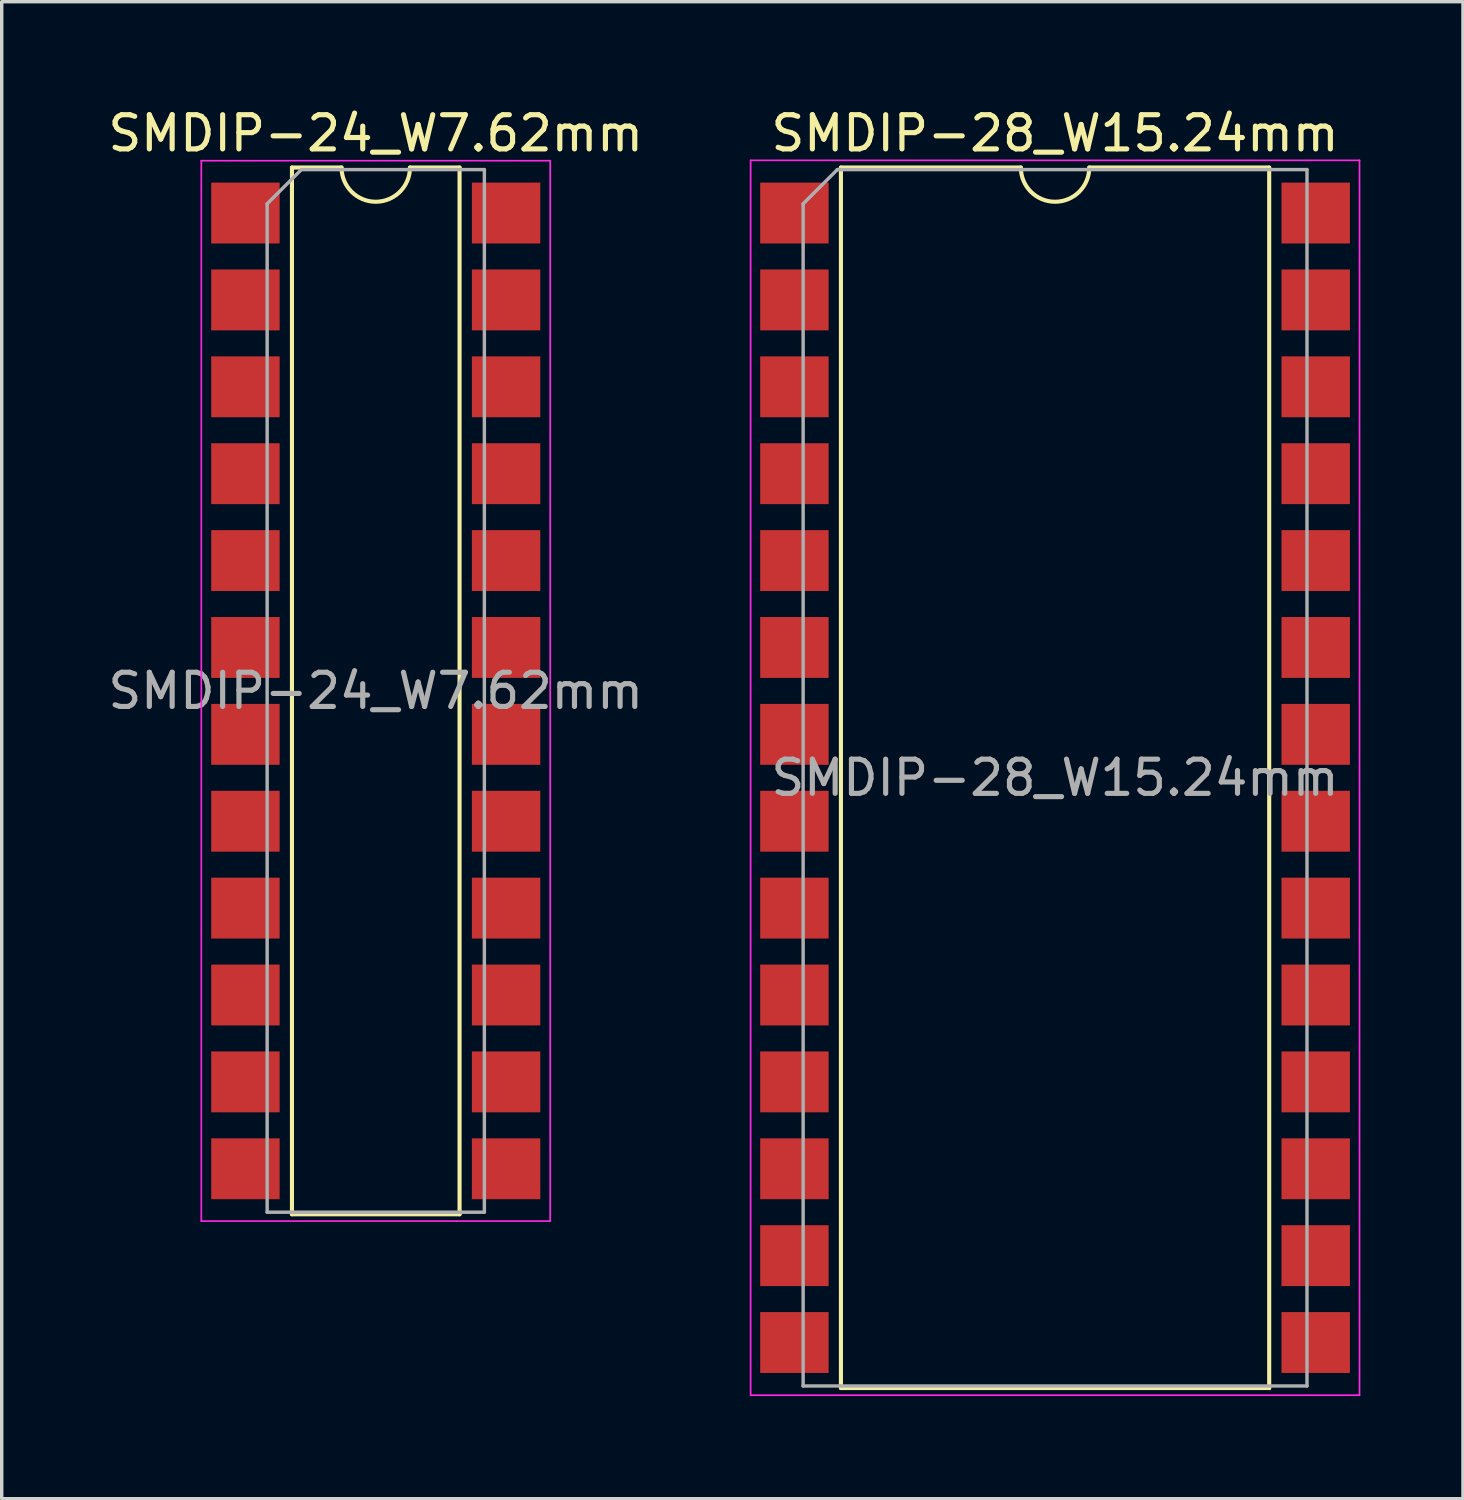
<source format=kicad_pcb>
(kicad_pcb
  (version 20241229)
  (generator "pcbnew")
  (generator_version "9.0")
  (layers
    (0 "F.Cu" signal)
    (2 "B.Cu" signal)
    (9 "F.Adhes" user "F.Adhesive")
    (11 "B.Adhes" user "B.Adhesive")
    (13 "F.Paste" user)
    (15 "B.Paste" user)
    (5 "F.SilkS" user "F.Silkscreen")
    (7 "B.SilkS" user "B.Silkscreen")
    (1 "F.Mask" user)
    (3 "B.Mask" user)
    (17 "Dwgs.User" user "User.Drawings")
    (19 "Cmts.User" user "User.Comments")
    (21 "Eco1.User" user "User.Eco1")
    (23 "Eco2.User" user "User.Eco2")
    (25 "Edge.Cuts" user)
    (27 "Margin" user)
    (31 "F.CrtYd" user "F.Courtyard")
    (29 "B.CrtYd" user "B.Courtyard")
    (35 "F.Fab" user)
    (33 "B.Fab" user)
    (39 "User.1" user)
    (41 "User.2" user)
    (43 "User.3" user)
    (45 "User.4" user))
  (footprint "SMDIP-28_W15.24mm"
    (layer "F.Cu")
    (at 27.794 19.688)
    (property "Reference" "SMDIP-28_W15.24mm" (at 0 -18.84 0) (layer "F.SilkS") (effects (font (size 1 1) (thickness 0.15))))
    (attr smd)
    (fp_line (start -6.26 -17.84) (end -6.26 17.84) (stroke (width 0.12) (type solid)) (layer "F.SilkS"))
    (fp_line (start -6.26 17.84) (end 6.26 17.84) (stroke (width 0.12) (type solid)) (layer "F.SilkS"))
    (fp_line (start -1 -17.84) (end -6.26 -17.84) (stroke (width 0.12) (type solid)) (layer "F.SilkS"))
    (fp_line (start 6.26 -17.84) (end 1 -17.84) (stroke (width 0.12) (type solid)) (layer "F.SilkS"))
    (fp_line (start 6.26 17.84) (end 6.26 -17.84) (stroke (width 0.12) (type solid)) (layer "F.SilkS"))
    (fp_arc (start 1 -17.84) (mid 0 -16.84) (end -1 -17.84) (stroke (width 0.12) (type solid)) (layer "F.SilkS"))
    (fp_line (start -8.9 -18.05) (end -8.9 18.05) (stroke (width 0.05) (type solid)) (layer "F.CrtYd"))
    (fp_line (start -8.9 18.05) (end 8.9 18.05) (stroke (width 0.05) (type solid)) (layer "F.CrtYd"))
    (fp_line (start 8.9 -18.05) (end -8.9 -18.05) (stroke (width 0.05) (type solid)) (layer "F.CrtYd"))
    (fp_line (start 8.9 18.05) (end 8.9 -18.05) (stroke (width 0.05) (type solid)) (layer "F.CrtYd"))
    (fp_line (start -7.365 -16.78) (end -6.365 -17.78) (stroke (width 0.1) (type solid)) (layer "F.Fab"))
    (fp_line (start -7.365 17.78) (end -7.365 -16.78) (stroke (width 0.1) (type solid)) (layer "F.Fab"))
    (fp_line (start -6.365 -17.78) (end 7.365 -17.78) (stroke (width 0.1) (type solid)) (layer "F.Fab"))
    (fp_line (start 7.365 -17.78) (end 7.365 17.78) (stroke (width 0.1) (type solid)) (layer "F.Fab"))
    (fp_line (start 7.365 17.78) (end -7.365 17.78) (stroke (width 0.1) (type solid)) (layer "F.Fab"))
    (fp_text user "${REFERENCE}" (at 0 0 0) (layer "F.Fab") (effects (font (size 1 1) (thickness 0.15))))
    (pad "1" smd rect (at -7.62 -16.51) (size 2 1.78) (layers "F.Cu" "F.Mask" "F.Paste"))
    (pad "2" smd rect (at -7.62 -13.97) (size 2 1.78) (layers "F.Cu" "F.Mask" "F.Paste"))
    (pad "3" smd rect (at -7.62 -11.43) (size 2 1.78) (layers "F.Cu" "F.Mask" "F.Paste"))
    (pad "4" smd rect (at -7.62 -8.89) (size 2 1.78) (layers "F.Cu" "F.Mask" "F.Paste"))
    (pad "5" smd rect (at -7.62 -6.35) (size 2 1.78) (layers "F.Cu" "F.Mask" "F.Paste"))
    (pad "6" smd rect (at -7.62 -3.81) (size 2 1.78) (layers "F.Cu" "F.Mask" "F.Paste"))
    (pad "7" smd rect (at -7.62 -1.27) (size 2 1.78) (layers "F.Cu" "F.Mask" "F.Paste"))
    (pad "8" smd rect (at -7.62 1.27) (size 2 1.78) (layers "F.Cu" "F.Mask" "F.Paste"))
    (pad "9" smd rect (at -7.62 3.81) (size 2 1.78) (layers "F.Cu" "F.Mask" "F.Paste"))
    (pad "10" smd rect (at -7.62 6.35) (size 2 1.78) (layers "F.Cu" "F.Mask" "F.Paste"))
    (pad "11" smd rect (at -7.62 8.89) (size 2 1.78) (layers "F.Cu" "F.Mask" "F.Paste"))
    (pad "12" smd rect (at -7.62 11.43) (size 2 1.78) (layers "F.Cu" "F.Mask" "F.Paste"))
    (pad "13" smd rect (at -7.62 13.97) (size 2 1.78) (layers "F.Cu" "F.Mask" "F.Paste"))
    (pad "14" smd rect (at -7.62 16.51) (size 2 1.78) (layers "F.Cu" "F.Mask" "F.Paste"))
    (pad "15" smd rect (at 7.62 16.51) (size 2 1.78) (layers "F.Cu" "F.Mask" "F.Paste"))
    (pad "16" smd rect (at 7.62 13.97) (size 2 1.78) (layers "F.Cu" "F.Mask" "F.Paste"))
    (pad "17" smd rect (at 7.62 11.43) (size 2 1.78) (layers "F.Cu" "F.Mask" "F.Paste"))
    (pad "18" smd rect (at 7.62 8.89) (size 2 1.78) (layers "F.Cu" "F.Mask" "F.Paste"))
    (pad "19" smd rect (at 7.62 6.35) (size 2 1.78) (layers "F.Cu" "F.Mask" "F.Paste"))
    (pad "20" smd rect (at 7.62 3.81) (size 2 1.78) (layers "F.Cu" "F.Mask" "F.Paste"))
    (pad "21" smd rect (at 7.62 1.27) (size 2 1.78) (layers "F.Cu" "F.Mask" "F.Paste"))
    (pad "22" smd rect (at 7.62 -1.27) (size 2 1.78) (layers "F.Cu" "F.Mask" "F.Paste"))
    (pad "23" smd rect (at 7.62 -3.81) (size 2 1.78) (layers "F.Cu" "F.Mask" "F.Paste"))
    (pad "24" smd rect (at 7.62 -6.35) (size 2 1.78) (layers "F.Cu" "F.Mask" "F.Paste"))
    (pad "25" smd rect (at 7.62 -8.89) (size 2 1.78) (layers "F.Cu" "F.Mask" "F.Paste"))
    (pad "26" smd rect (at 7.62 -11.43) (size 2 1.78) (layers "F.Cu" "F.Mask" "F.Paste"))
    (pad "27" smd rect (at 7.62 -13.97) (size 2 1.78) (layers "F.Cu" "F.Mask" "F.Paste"))
    (pad "28" smd rect (at 7.62 -16.51) (size 2 1.78) (layers "F.Cu" "F.Mask" "F.Paste")))
  (footprint "SMDIP-24_W7.62mm"
    (layer "F.Cu")
    (at 7.935 17.148)
    (property "Reference" "SMDIP-24_W7.62mm" (at 0 -16.3 0) (layer "F.SilkS") (effects (font (size 1 1) (thickness 0.15))))
    (attr smd)
    (fp_line (start -2.45 -15.3) (end -2.45 15.3) (stroke (width 0.12) (type solid)) (layer "F.SilkS"))
    (fp_line (start -2.45 15.3) (end 2.45 15.3) (stroke (width 0.12) (type solid)) (layer "F.SilkS"))
    (fp_line (start -1 -15.3) (end -2.45 -15.3) (stroke (width 0.12) (type solid)) (layer "F.SilkS"))
    (fp_line (start 2.45 -15.3) (end 1 -15.3) (stroke (width 0.12) (type solid)) (layer "F.SilkS"))
    (fp_line (start 2.45 15.3) (end 2.45 -15.3) (stroke (width 0.12) (type solid)) (layer "F.SilkS"))
    (fp_arc (start 1 -15.3) (mid 0 -14.3) (end -1 -15.3) (stroke (width 0.12) (type solid)) (layer "F.SilkS"))
    (fp_line (start -5.1 -15.5) (end -5.1 15.5) (stroke (width 0.05) (type solid)) (layer "F.CrtYd"))
    (fp_line (start -5.1 15.5) (end 5.1 15.5) (stroke (width 0.05) (type solid)) (layer "F.CrtYd"))
    (fp_line (start 5.1 -15.5) (end -5.1 -15.5) (stroke (width 0.05) (type solid)) (layer "F.CrtYd"))
    (fp_line (start 5.1 15.5) (end 5.1 -15.5) (stroke (width 0.05) (type solid)) (layer "F.CrtYd"))
    (fp_line (start -3.175 -14.24) (end -2.175 -15.24) (stroke (width 0.1) (type solid)) (layer "F.Fab"))
    (fp_line (start -3.175 15.24) (end -3.175 -14.24) (stroke (width 0.1) (type solid)) (layer "F.Fab"))
    (fp_line (start -2.175 -15.24) (end 3.175 -15.24) (stroke (width 0.1) (type solid)) (layer "F.Fab"))
    (fp_line (start 3.175 -15.24) (end 3.175 15.24) (stroke (width 0.1) (type solid)) (layer "F.Fab"))
    (fp_line (start 3.175 15.24) (end -3.175 15.24) (stroke (width 0.1) (type solid)) (layer "F.Fab"))
    (fp_text user "${REFERENCE}" (at 0 0 0) (layer "F.Fab") (effects (font (size 1 1) (thickness 0.15))))
    (pad "1" smd rect (at -3.81 -13.97) (size 2 1.78) (layers "F.Cu" "F.Mask" "F.Paste"))
    (pad "2" smd rect (at -3.81 -11.43) (size 2 1.78) (layers "F.Cu" "F.Mask" "F.Paste"))
    (pad "3" smd rect (at -3.81 -8.89) (size 2 1.78) (layers "F.Cu" "F.Mask" "F.Paste"))
    (pad "4" smd rect (at -3.81 -6.35) (size 2 1.78) (layers "F.Cu" "F.Mask" "F.Paste"))
    (pad "5" smd rect (at -3.81 -3.81) (size 2 1.78) (layers "F.Cu" "F.Mask" "F.Paste"))
    (pad "6" smd rect (at -3.81 -1.27) (size 2 1.78) (layers "F.Cu" "F.Mask" "F.Paste"))
    (pad "7" smd rect (at -3.81 1.27) (size 2 1.78) (layers "F.Cu" "F.Mask" "F.Paste"))
    (pad "8" smd rect (at -3.81 3.81) (size 2 1.78) (layers "F.Cu" "F.Mask" "F.Paste"))
    (pad "9" smd rect (at -3.81 6.35) (size 2 1.78) (layers "F.Cu" "F.Mask" "F.Paste"))
    (pad "10" smd rect (at -3.81 8.89) (size 2 1.78) (layers "F.Cu" "F.Mask" "F.Paste"))
    (pad "11" smd rect (at -3.81 11.43) (size 2 1.78) (layers "F.Cu" "F.Mask" "F.Paste"))
    (pad "12" smd rect (at -3.81 13.97) (size 2 1.78) (layers "F.Cu" "F.Mask" "F.Paste"))
    (pad "13" smd rect (at 3.81 13.97) (size 2 1.78) (layers "F.Cu" "F.Mask" "F.Paste"))
    (pad "14" smd rect (at 3.81 11.43) (size 2 1.78) (layers "F.Cu" "F.Mask" "F.Paste"))
    (pad "15" smd rect (at 3.81 8.89) (size 2 1.78) (layers "F.Cu" "F.Mask" "F.Paste"))
    (pad "16" smd rect (at 3.81 6.35) (size 2 1.78) (layers "F.Cu" "F.Mask" "F.Paste"))
    (pad "17" smd rect (at 3.81 3.81) (size 2 1.78) (layers "F.Cu" "F.Mask" "F.Paste"))
    (pad "18" smd rect (at 3.81 1.27) (size 2 1.78) (layers "F.Cu" "F.Mask" "F.Paste"))
    (pad "19" smd rect (at 3.81 -1.27) (size 2 1.78) (layers "F.Cu" "F.Mask" "F.Paste"))
    (pad "20" smd rect (at 3.81 -3.81) (size 2 1.78) (layers "F.Cu" "F.Mask" "F.Paste"))
    (pad "21" smd rect (at 3.81 -6.35) (size 2 1.78) (layers "F.Cu" "F.Mask" "F.Paste"))
    (pad "22" smd rect (at 3.81 -8.89) (size 2 1.78) (layers "F.Cu" "F.Mask" "F.Paste"))
    (pad "23" smd rect (at 3.81 -11.43) (size 2 1.78) (layers "F.Cu" "F.Mask" "F.Paste"))
    (pad "24" smd rect (at 3.81 -13.97) (size 2 1.78) (layers "F.Cu" "F.Mask" "F.Paste")))
  (gr_rect
    (start -3 -3)
    (end 39.719 40.763)
    (stroke (width 0.1) (type default))
    (fill no)
    (layer "Edge.Cuts")))
</source>
